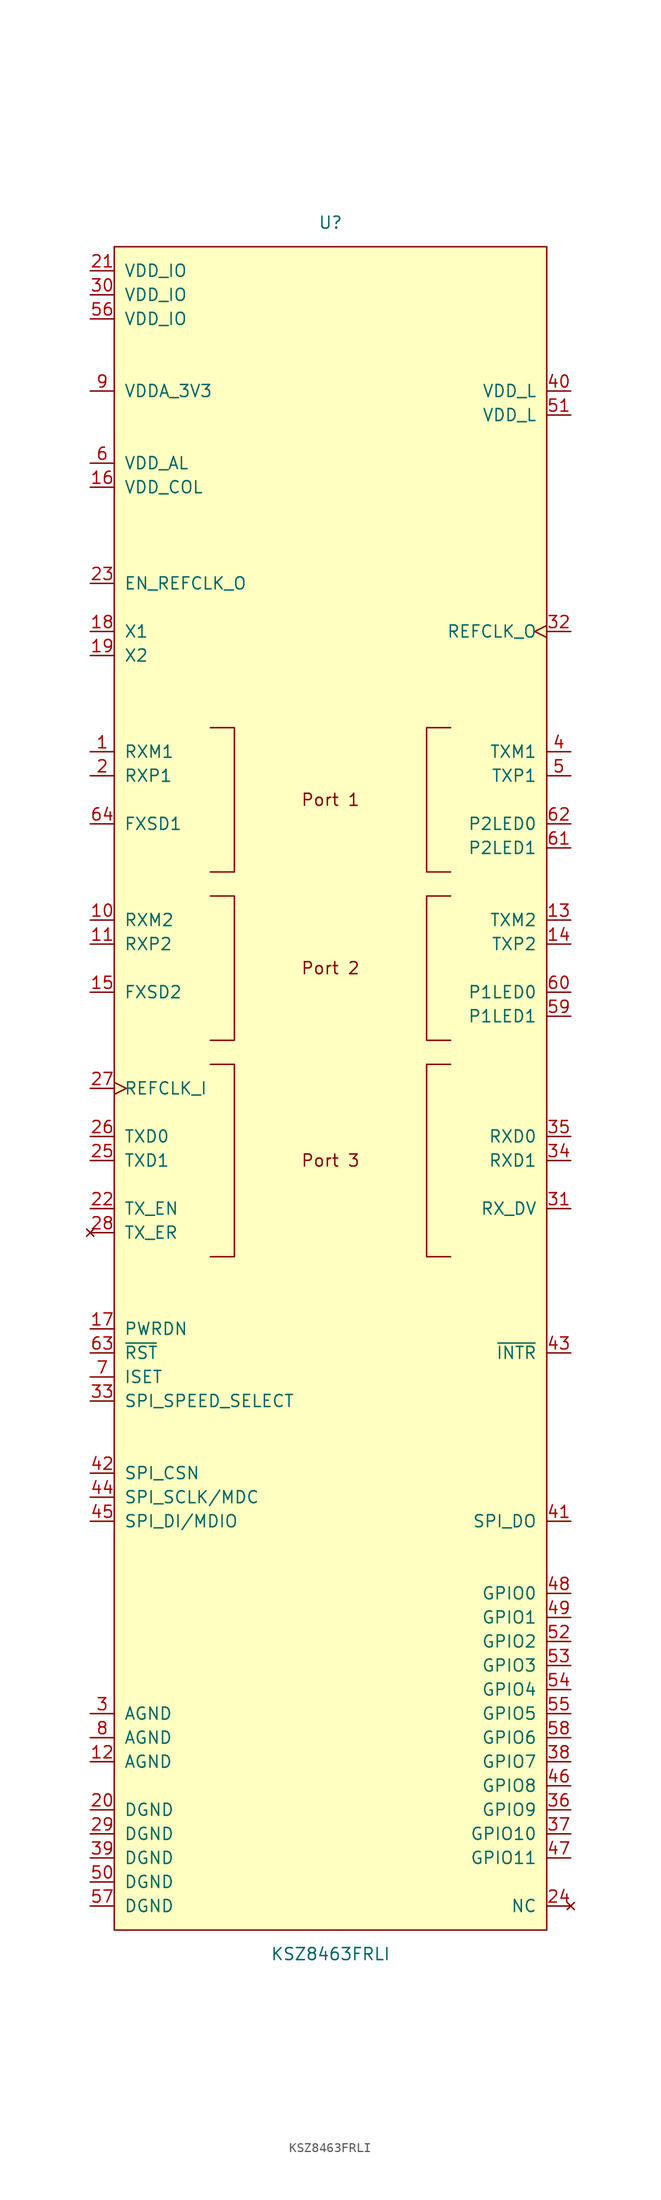
<source format=kicad_sym>
(kicad_symbol_lib
  (version 20211014)
  (generator kicad_symbol_editor)
  (symbol "KSZ8463FRLI"
    (pin_names
      (offset 1.016))
    (property "Reference" "U"
      (at 0 91.44 0)
      (effects (font (size 1.27 1.27))))
    (property "Value" "KSZ8463FRLI"
      (at 0 -91.44 0)
      (effects (font (size 1.27 1.27))))
    (symbol "KSZ8463FRLI_0_0"
      (rectangle (start -22.86 88.9) (end 22.86 -88.9) (stroke (width 0) (type default) (color 0 0 0 0)) (fill (type background)))
      (polyline (pts (xy -12.7 2.54) (xy -10.16 2.54) (xy -10.16 -17.78) (xy -12.7 -17.78)) (stroke (width 0) (type default) (color 0 0 0 0)) (fill (type none)))
      (polyline (pts (xy -12.7 20.32) (xy -10.16 20.32) (xy -10.16 5.08) (xy -12.7 5.08)) (stroke (width 0) (type default) (color 0 0 0 0)) (fill (type none)))
      (polyline (pts (xy 12.7 2.54) (xy 10.16 2.54) (xy 10.16 -17.78) (xy 12.7 -17.78)) (stroke (width 0) (type default) (color 0 0 0 0)) (fill (type none)))
      (polyline (pts (xy 12.7 20.32) (xy 10.16 20.32) (xy 10.16 5.08) (xy 12.7 5.08)) (stroke (width 0) (type default) (color 0 0 0 0)) (fill (type none)))
      (text "Port 1" (at 0 30.48 0) (effects (font (size 1.27 1.27))))
      (text "Port 2" (at 0 12.7 0) (effects (font (size 1.27 1.27))))
      (text "Port 3" (at 0 -7.62 0) (effects (font (size 1.27 1.27)))))
    (symbol "KSZ8463FRLI_0_1"
      (polyline (pts (xy -12.7 38.1) (xy -10.16 38.1) (xy -10.16 22.86) (xy -12.7 22.86)) (stroke (width 0) (type default) (color 0 0 0 0)) (fill (type none)))
      (polyline (pts (xy 12.7 38.1) (xy 10.16 38.1) (xy 10.16 22.86) (xy 12.7 22.86)) (stroke (width 0) (type default) (color 0 0 0 0)) (fill (type none))))
    (symbol "KSZ8463FRLI_1_1"
      (pin bidirectional line (at -25.4 35.56 0) (length 2.54) (name "RXM1" (effects (font (size 1.27 1.27)))) (number "1" (effects (font (size 1.27 1.27)))))
      (pin bidirectional line (at -25.4 17.78 0) (length 2.54) (name "RXM2" (effects (font (size 1.27 1.27)))) (number "10" (effects (font (size 1.27 1.27)))))
      (pin bidirectional line (at -25.4 15.24 0) (length 2.54) (name "RXP2" (effects (font (size 1.27 1.27)))) (number "11" (effects (font (size 1.27 1.27)))))
      (pin power_in line (at -25.4 -71.12 0) (length 2.54) (name "AGND" (effects (font (size 1.27 1.27)))) (number "12" (effects (font (size 1.27 1.27)))))
      (pin bidirectional line (at 25.4 17.78 180) (length 2.54) (name "TXM2" (effects (font (size 1.27 1.27)))) (number "13" (effects (font (size 1.27 1.27)))))
      (pin bidirectional line (at 25.4 15.24 180) (length 2.54) (name "TXP2" (effects (font (size 1.27 1.27)))) (number "14" (effects (font (size 1.27 1.27)))))
      (pin input line (at -25.4 10.16 0) (length 2.54) (name "FXSD2" (effects (font (size 1.27 1.27)))) (number "15" (effects (font (size 1.27 1.27)))))
      (pin power_in line (at -25.4 63.5 0) (length 2.54) (name "VDD_COL" (effects (font (size 1.27 1.27)))) (number "16" (effects (font (size 1.27 1.27)))))
      (pin input line (at -25.4 -25.4 0) (length 2.54) (name "PWRDN" (effects (font (size 1.27 1.27)))) (number "17" (effects (font (size 1.27 1.27)))))
      (pin input line (at -25.4 48.26 0) (length 2.54) (name "X1" (effects (font (size 1.27 1.27)))) (number "18" (effects (font (size 1.27 1.27)))))
      (pin output line (at -25.4 45.72 0) (length 2.54) (name "X2" (effects (font (size 1.27 1.27)))) (number "19" (effects (font (size 1.27 1.27)))))
      (pin bidirectional line (at -25.4 33.02 0) (length 2.54) (name "RXP1" (effects (font (size 1.27 1.27)))) (number "2" (effects (font (size 1.27 1.27)))))
      (pin power_in line (at -25.4 -76.2 0) (length 2.54) (name "DGND" (effects (font (size 1.27 1.27)))) (number "20" (effects (font (size 1.27 1.27)))))
      (pin power_in line (at -25.4 86.36 0) (length 2.54) (name "VDD_IO" (effects (font (size 1.27 1.27)))) (number "21" (effects (font (size 1.27 1.27)))))
      (pin input line (at -25.4 -12.7 0) (length 2.54) (name "TX_EN" (effects (font (size 1.27 1.27)))) (number "22" (effects (font (size 1.27 1.27)))))
      (pin input line (at -25.4 53.34 0) (length 2.54) (name "EN_REFCLK_O" (effects (font (size 1.27 1.27)))) (number "23" (effects (font (size 1.27 1.27)))))
      (pin no_connect line (at 25.4 -86.36 180) (length 2.54) (name "NC" (effects (font (size 1.27 1.27)))) (number "24" (effects (font (size 1.27 1.27)))))
      (pin input line (at -25.4 -7.62 0) (length 2.54) (name "TXD1" (effects (font (size 1.27 1.27)))) (number "25" (effects (font (size 1.27 1.27)))))
      (pin input line (at -25.4 -5.08 0) (length 2.54) (name "TXD0" (effects (font (size 1.27 1.27)))) (number "26" (effects (font (size 1.27 1.27)))))
      (pin input clock (at -25.4 0 0) (length 2.54) (name "REFCLK_I" (effects (font (size 1.27 1.27)))) (number "27" (effects (font (size 1.27 1.27)))))
      (pin no_connect line (at -25.4 -15.24 0) (length 2.54) (name "TX_ER" (effects (font (size 1.27 1.27)))) (number "28" (effects (font (size 1.27 1.27)))))
      (pin power_in line (at -25.4 -78.74 0) (length 2.54) (name "DGND" (effects (font (size 1.27 1.27)))) (number "29" (effects (font (size 1.27 1.27)))))
      (pin power_in line (at -25.4 -66.04 0) (length 2.54) (name "AGND" (effects (font (size 1.27 1.27)))) (number "3" (effects (font (size 1.27 1.27)))))
      (pin power_in line (at -25.4 83.82 0) (length 2.54) (name "VDD_IO" (effects (font (size 1.27 1.27)))) (number "30" (effects (font (size 1.27 1.27)))))
      (pin output line (at 25.4 -12.7 180) (length 2.54) (name "RX_DV" (effects (font (size 1.27 1.27)))) (number "31" (effects (font (size 1.27 1.27)))))
      (pin output clock (at 25.4 48.26 180) (length 2.54) (name "REFCLK_O" (effects (font (size 1.27 1.27)))) (number "32" (effects (font (size 1.27 1.27)))))
      (pin input line (at -25.4 -33.02 0) (length 2.54) (name "SPI_SPEED_SELECT" (effects (font (size 1.27 1.27)))) (number "33" (effects (font (size 1.27 1.27)))))
      (pin output line (at 25.4 -7.62 180) (length 2.54) (name "RXD1" (effects (font (size 1.27 1.27)))) (number "34" (effects (font (size 1.27 1.27)))))
      (pin output line (at 25.4 -5.08 180) (length 2.54) (name "RXD0" (effects (font (size 1.27 1.27)))) (number "35" (effects (font (size 1.27 1.27)))))
      (pin bidirectional line (at 25.4 -76.2 180) (length 2.54) (name "GPIO9" (effects (font (size 1.27 1.27)))) (number "36" (effects (font (size 1.27 1.27)))))
      (pin bidirectional line (at 25.4 -78.74 180) (length 2.54) (name "GPIO10" (effects (font (size 1.27 1.27)))) (number "37" (effects (font (size 1.27 1.27)))))
      (pin bidirectional line (at 25.4 -71.12 180) (length 2.54) (name "GPIO7" (effects (font (size 1.27 1.27)))) (number "38" (effects (font (size 1.27 1.27)))))
      (pin power_in line (at -25.4 -81.28 0) (length 2.54) (name "DGND" (effects (font (size 1.27 1.27)))) (number "39" (effects (font (size 1.27 1.27)))))
      (pin bidirectional line (at 25.4 35.56 180) (length 2.54) (name "TXM1" (effects (font (size 1.27 1.27)))) (number "4" (effects (font (size 1.27 1.27)))))
      (pin passive line (at 25.4 73.66 180) (length 2.54) (name "VDD_L" (effects (font (size 1.27 1.27)))) (number "40" (effects (font (size 1.27 1.27)))))
      (pin output line (at 25.4 -45.72 180) (length 2.54) (name "SPI_DO" (effects (font (size 1.27 1.27)))) (number "41" (effects (font (size 1.27 1.27)))))
      (pin input line (at -25.4 -40.64 0) (length 2.54) (name "SPI_CSN" (effects (font (size 1.27 1.27)))) (number "42" (effects (font (size 1.27 1.27)))))
      (pin output line (at 25.4 -27.94 180) (length 2.54) (name "~{INTR}" (effects (font (size 1.27 1.27)))) (number "43" (effects (font (size 1.27 1.27)))))
      (pin input line (at -25.4 -43.18 0) (length 2.54) (name "SPI_SCLK/MDC" (effects (font (size 1.27 1.27)))) (number "44" (effects (font (size 1.27 1.27)))))
      (pin bidirectional line (at -25.4 -45.72 0) (length 2.54) (name "SPI_DI/MDIO" (effects (font (size 1.27 1.27)))) (number "45" (effects (font (size 1.27 1.27)))))
      (pin bidirectional line (at 25.4 -73.66 180) (length 2.54) (name "GPIO8" (effects (font (size 1.27 1.27)))) (number "46" (effects (font (size 1.27 1.27)))))
      (pin bidirectional line (at 25.4 -81.28 180) (length 2.54) (name "GPIO11" (effects (font (size 1.27 1.27)))) (number "47" (effects (font (size 1.27 1.27)))))
      (pin bidirectional line (at 25.4 -53.34 180) (length 2.54) (name "GPIO0" (effects (font (size 1.27 1.27)))) (number "48" (effects (font (size 1.27 1.27)))))
      (pin bidirectional line (at 25.4 -55.88 180) (length 2.54) (name "GPIO1" (effects (font (size 1.27 1.27)))) (number "49" (effects (font (size 1.27 1.27)))))
      (pin bidirectional line (at 25.4 33.02 180) (length 2.54) (name "TXP1" (effects (font (size 1.27 1.27)))) (number "5" (effects (font (size 1.27 1.27)))))
      (pin power_in line (at -25.4 -83.82 0) (length 2.54) (name "DGND" (effects (font (size 1.27 1.27)))) (number "50" (effects (font (size 1.27 1.27)))))
      (pin passive line (at 25.4 71.12 180) (length 2.54) (name "VDD_L" (effects (font (size 1.27 1.27)))) (number "51" (effects (font (size 1.27 1.27)))))
      (pin bidirectional line (at 25.4 -58.42 180) (length 2.54) (name "GPIO2" (effects (font (size 1.27 1.27)))) (number "52" (effects (font (size 1.27 1.27)))))
      (pin bidirectional line (at 25.4 -60.96 180) (length 2.54) (name "GPIO3" (effects (font (size 1.27 1.27)))) (number "53" (effects (font (size 1.27 1.27)))))
      (pin bidirectional line (at 25.4 -63.5 180) (length 2.54) (name "GPIO4" (effects (font (size 1.27 1.27)))) (number "54" (effects (font (size 1.27 1.27)))))
      (pin bidirectional line (at 25.4 -66.04 180) (length 2.54) (name "GPIO5" (effects (font (size 1.27 1.27)))) (number "55" (effects (font (size 1.27 1.27)))))
      (pin power_in line (at -25.4 81.28 0) (length 2.54) (name "VDD_IO" (effects (font (size 1.27 1.27)))) (number "56" (effects (font (size 1.27 1.27)))))
      (pin power_in line (at -25.4 -86.36 0) (length 2.54) (name "DGND" (effects (font (size 1.27 1.27)))) (number "57" (effects (font (size 1.27 1.27)))))
      (pin bidirectional line (at 25.4 -68.58 180) (length 2.54) (name "GPIO6" (effects (font (size 1.27 1.27)))) (number "58" (effects (font (size 1.27 1.27)))))
      (pin output line (at 25.4 7.62 180) (length 2.54) (name "P1LED1" (effects (font (size 1.27 1.27)))) (number "59" (effects (font (size 1.27 1.27)))))
      (pin power_in line (at -25.4 66.04 0) (length 2.54) (name "VDD_AL" (effects (font (size 1.27 1.27)))) (number "6" (effects (font (size 1.27 1.27)))))
      (pin output line (at 25.4 10.16 180) (length 2.54) (name "P1LED0" (effects (font (size 1.27 1.27)))) (number "60" (effects (font (size 1.27 1.27)))))
      (pin output line (at 25.4 25.4 180) (length 2.54) (name "P2LED1" (effects (font (size 1.27 1.27)))) (number "61" (effects (font (size 1.27 1.27)))))
      (pin output line (at 25.4 27.94 180) (length 2.54) (name "P2LED0" (effects (font (size 1.27 1.27)))) (number "62" (effects (font (size 1.27 1.27)))))
      (pin input line (at -25.4 -27.94 0) (length 2.54) (name "~{RST}" (effects (font (size 1.27 1.27)))) (number "63" (effects (font (size 1.27 1.27)))))
      (pin input line (at -25.4 27.94 0) (length 2.54) (name "FXSD1" (effects (font (size 1.27 1.27)))) (number "64" (effects (font (size 1.27 1.27)))))
      (pin output line (at -25.4 -30.48 0) (length 2.54) (name "ISET" (effects (font (size 1.27 1.27)))) (number "7" (effects (font (size 1.27 1.27)))))
      (pin power_in line (at -25.4 -68.58 0) (length 2.54) (name "AGND" (effects (font (size 1.27 1.27)))) (number "8" (effects (font (size 1.27 1.27)))))
      (pin power_in line (at -25.4 73.66 0) (length 2.54) (name "VDDA_3V3" (effects (font (size 1.27 1.27)))) (number "9" (effects (font (size 1.27 1.27))))))))
</source>
